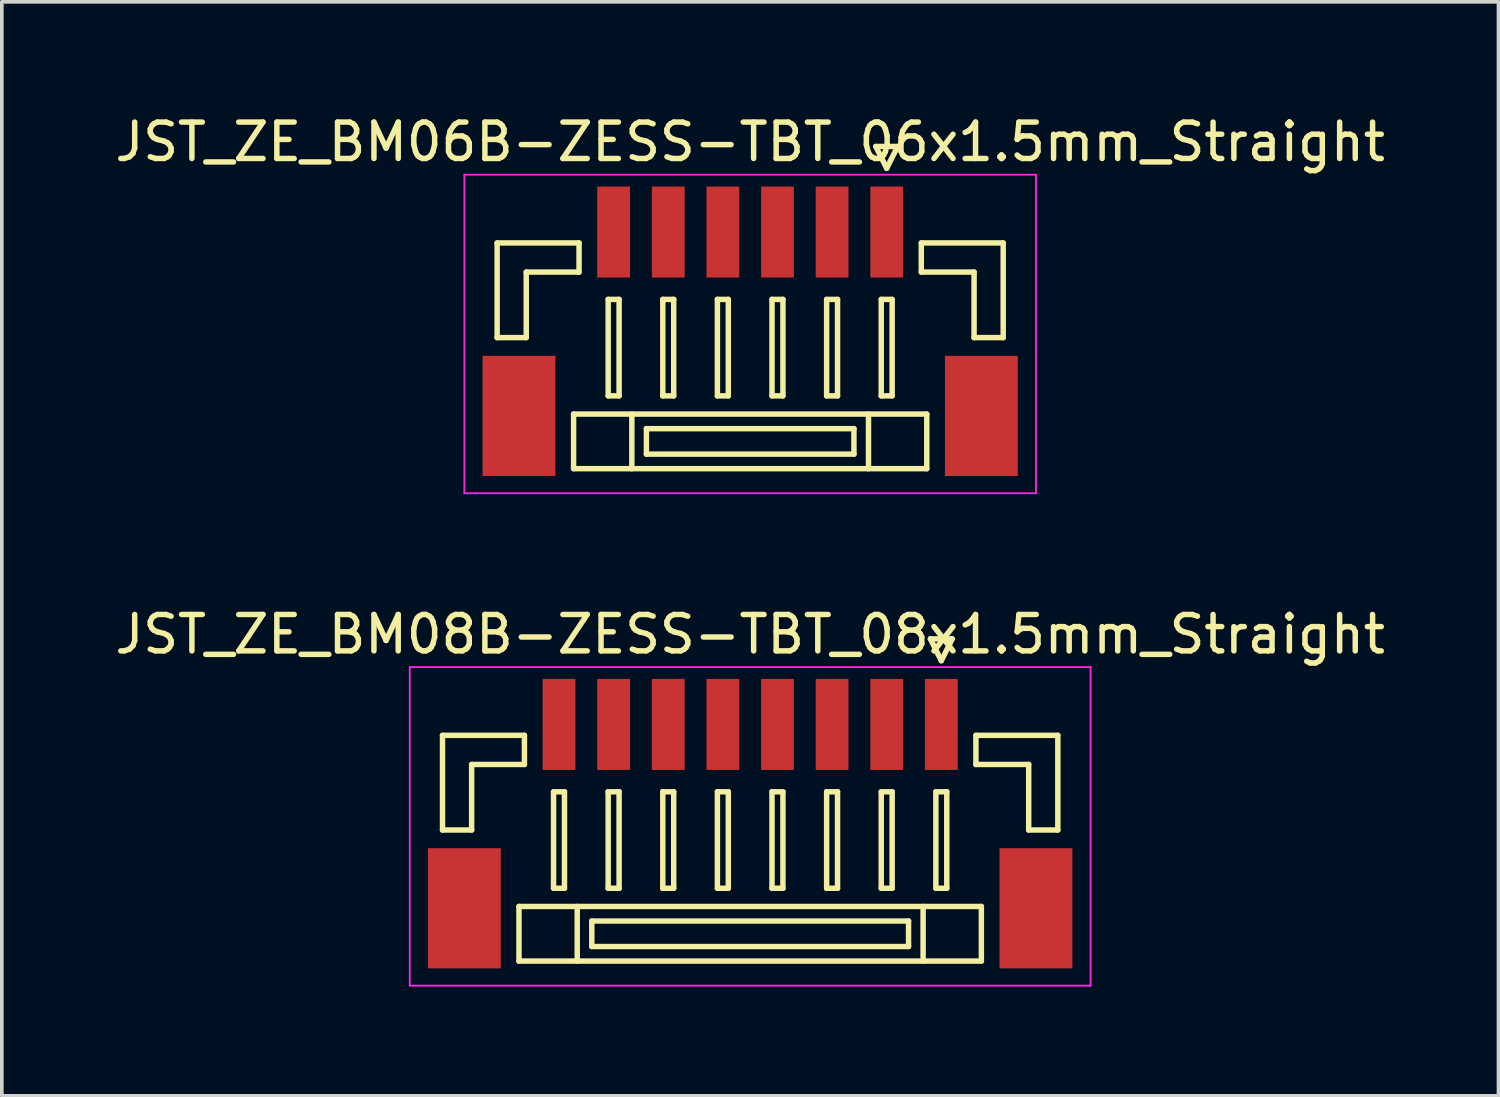
<source format=kicad_pcb>
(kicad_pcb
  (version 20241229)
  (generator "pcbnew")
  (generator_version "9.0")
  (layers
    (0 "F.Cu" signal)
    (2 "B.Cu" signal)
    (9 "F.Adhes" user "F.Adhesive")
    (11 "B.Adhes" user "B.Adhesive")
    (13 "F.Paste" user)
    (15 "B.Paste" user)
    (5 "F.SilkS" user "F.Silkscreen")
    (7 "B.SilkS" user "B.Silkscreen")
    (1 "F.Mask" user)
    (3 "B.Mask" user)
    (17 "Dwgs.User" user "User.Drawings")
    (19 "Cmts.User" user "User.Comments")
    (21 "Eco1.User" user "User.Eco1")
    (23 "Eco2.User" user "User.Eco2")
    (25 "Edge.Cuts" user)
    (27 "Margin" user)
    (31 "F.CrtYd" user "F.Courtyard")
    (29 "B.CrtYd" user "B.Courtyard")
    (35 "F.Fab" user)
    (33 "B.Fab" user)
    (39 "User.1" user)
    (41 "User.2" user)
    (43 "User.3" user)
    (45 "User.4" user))
  (footprint "JST_ZE_BM06B-ZESS-TBT_06x1.5mm_Straight"
    (layer "F.Cu")
    (at 17.554 5.848)
    (property "Reference" "JST_ZE_BM06B-ZESS-TBT_06x1.5mm_Straight" (at 0 -5 0) (layer "F.SilkS") (effects (font (size 1 1) (thickness 0.15))))
    (attr smd)
    (fp_line (start -6.95 -2.225) (end -6.95 0.375) (stroke (width 0.15) (type solid)) (layer "F.SilkS"))
    (fp_line (start -6.95 0.375) (end -6.15 0.375) (stroke (width 0.15) (type solid)) (layer "F.SilkS"))
    (fp_line (start -6.15 -1.425) (end -4.7 -1.425) (stroke (width 0.15) (type solid)) (layer "F.SilkS"))
    (fp_line (start -6.15 0.375) (end -6.15 -1.425) (stroke (width 0.15) (type solid)) (layer "F.SilkS"))
    (fp_line (start -4.85 2.475) (end -4.85 3.975) (stroke (width 0.15) (type solid)) (layer "F.SilkS"))
    (fp_line (start -4.85 3.975) (end 4.85 3.975) (stroke (width 0.15) (type solid)) (layer "F.SilkS"))
    (fp_line (start -4.7 -2.225) (end -6.95 -2.225) (stroke (width 0.15) (type solid)) (layer "F.SilkS"))
    (fp_line (start -4.7 -1.425) (end -4.7 -2.225) (stroke (width 0.15) (type solid)) (layer "F.SilkS"))
    (fp_line (start -3.9 -0.675) (end -3.9 1.975) (stroke (width 0.15) (type solid)) (layer "F.SilkS"))
    (fp_line (start -3.9 1.975) (end -3.6 1.975) (stroke (width 0.15) (type solid)) (layer "F.SilkS"))
    (fp_line (start -3.6 -0.675) (end -3.9 -0.675) (stroke (width 0.15) (type solid)) (layer "F.SilkS"))
    (fp_line (start -3.6 1.975) (end -3.6 -0.675) (stroke (width 0.15) (type solid)) (layer "F.SilkS"))
    (fp_line (start -3.25 2.475) (end -3.25 3.975) (stroke (width 0.15) (type solid)) (layer "F.SilkS"))
    (fp_line (start -2.85 2.875) (end -2.85 3.575) (stroke (width 0.15) (type solid)) (layer "F.SilkS"))
    (fp_line (start -2.85 3.575) (end 2.85 3.575) (stroke (width 0.15) (type solid)) (layer "F.SilkS"))
    (fp_line (start -2.4 -0.675) (end -2.4 1.975) (stroke (width 0.15) (type solid)) (layer "F.SilkS"))
    (fp_line (start -2.4 1.975) (end -2.1 1.975) (stroke (width 0.15) (type solid)) (layer "F.SilkS"))
    (fp_line (start -2.1 -0.675) (end -2.4 -0.675) (stroke (width 0.15) (type solid)) (layer "F.SilkS"))
    (fp_line (start -2.1 1.975) (end -2.1 -0.675) (stroke (width 0.15) (type solid)) (layer "F.SilkS"))
    (fp_line (start -0.9 -0.675) (end -0.9 1.975) (stroke (width 0.15) (type solid)) (layer "F.SilkS"))
    (fp_line (start -0.9 1.975) (end -0.6 1.975) (stroke (width 0.15) (type solid)) (layer "F.SilkS"))
    (fp_line (start -0.6 -0.675) (end -0.9 -0.675) (stroke (width 0.15) (type solid)) (layer "F.SilkS"))
    (fp_line (start -0.6 1.975) (end -0.6 -0.675) (stroke (width 0.15) (type solid)) (layer "F.SilkS"))
    (fp_line (start 0.6 -0.675) (end 0.6 1.975) (stroke (width 0.15) (type solid)) (layer "F.SilkS"))
    (fp_line (start 0.6 1.975) (end 0.9 1.975) (stroke (width 0.15) (type solid)) (layer "F.SilkS"))
    (fp_line (start 0.9 -0.675) (end 0.6 -0.675) (stroke (width 0.15) (type solid)) (layer "F.SilkS"))
    (fp_line (start 0.9 1.975) (end 0.9 -0.675) (stroke (width 0.15) (type solid)) (layer "F.SilkS"))
    (fp_line (start 2.1 -0.675) (end 2.1 1.975) (stroke (width 0.15) (type solid)) (layer "F.SilkS"))
    (fp_line (start 2.1 1.975) (end 2.4 1.975) (stroke (width 0.15) (type solid)) (layer "F.SilkS"))
    (fp_line (start 2.4 -0.675) (end 2.1 -0.675) (stroke (width 0.15) (type solid)) (layer "F.SilkS"))
    (fp_line (start 2.4 1.975) (end 2.4 -0.675) (stroke (width 0.15) (type solid)) (layer "F.SilkS"))
    (fp_line (start 2.85 2.875) (end -2.85 2.875) (stroke (width 0.15) (type solid)) (layer "F.SilkS"))
    (fp_line (start 2.85 3.575) (end 2.85 2.875) (stroke (width 0.15) (type solid)) (layer "F.SilkS"))
    (fp_line (start 3.25 2.475) (end 3.25 3.975) (stroke (width 0.15) (type solid)) (layer "F.SilkS"))
    (fp_line (start 3.45 -4.875) (end 3.75 -4.275) (stroke (width 0.15) (type solid)) (layer "F.SilkS"))
    (fp_line (start 3.6 -0.675) (end 3.6 1.975) (stroke (width 0.15) (type solid)) (layer "F.SilkS"))
    (fp_line (start 3.6 1.975) (end 3.9 1.975) (stroke (width 0.15) (type solid)) (layer "F.SilkS"))
    (fp_line (start 3.75 -4.275) (end 4.05 -4.875) (stroke (width 0.15) (type solid)) (layer "F.SilkS"))
    (fp_line (start 3.9 -0.675) (end 3.6 -0.675) (stroke (width 0.15) (type solid)) (layer "F.SilkS"))
    (fp_line (start 3.9 1.975) (end 3.9 -0.675) (stroke (width 0.15) (type solid)) (layer "F.SilkS"))
    (fp_line (start 4.05 -4.875) (end 3.45 -4.875) (stroke (width 0.15) (type solid)) (layer "F.SilkS"))
    (fp_line (start 4.7 -2.225) (end 6.95 -2.225) (stroke (width 0.15) (type solid)) (layer "F.SilkS"))
    (fp_line (start 4.7 -1.425) (end 4.7 -2.225) (stroke (width 0.15) (type solid)) (layer "F.SilkS"))
    (fp_line (start 4.85 2.475) (end -4.85 2.475) (stroke (width 0.15) (type solid)) (layer "F.SilkS"))
    (fp_line (start 4.85 3.975) (end 4.85 2.475) (stroke (width 0.15) (type solid)) (layer "F.SilkS"))
    (fp_line (start 6.15 -1.425) (end 4.7 -1.425) (stroke (width 0.15) (type solid)) (layer "F.SilkS"))
    (fp_line (start 6.15 0.375) (end 6.15 -1.425) (stroke (width 0.15) (type solid)) (layer "F.SilkS"))
    (fp_line (start 6.95 -2.225) (end 6.95 0.375) (stroke (width 0.15) (type solid)) (layer "F.SilkS"))
    (fp_line (start 6.95 0.375) (end 6.15 0.375) (stroke (width 0.15) (type solid)) (layer "F.SilkS"))
    (fp_line (start -7.85 -4.1) (end -7.85 4.65) (stroke (width 0.05) (type solid)) (layer "F.CrtYd"))
    (fp_line (start -7.85 4.65) (end 7.85 4.65) (stroke (width 0.05) (type solid)) (layer "F.CrtYd"))
    (fp_line (start 7.85 -4.1) (end -7.85 -4.1) (stroke (width 0.05) (type solid)) (layer "F.CrtYd"))
    (fp_line (start 7.85 4.65) (end 7.85 -4.1) (stroke (width 0.05) (type solid)) (layer "F.CrtYd"))
    (pad "" smd rect (at -6.35 2.525) (size 2 3.3) (layers "F.Cu" "F.Mask" "F.Paste"))
    (pad "" smd rect (at 6.35 2.525) (size 2 3.3) (layers "F.Cu" "F.Mask" "F.Paste"))
    (pad "1" smd rect (at 3.75 -2.525) (size 0.9 2.5) (layers "F.Cu" "F.Mask" "F.Paste"))
    (pad "2" smd rect (at 2.25 -2.525) (size 0.9 2.5) (layers "F.Cu" "F.Mask" "F.Paste"))
    (pad "3" smd rect (at 0.75 -2.525) (size 0.9 2.5) (layers "F.Cu" "F.Mask" "F.Paste"))
    (pad "4" smd rect (at -0.75 -2.525) (size 0.9 2.5) (layers "F.Cu" "F.Mask" "F.Paste"))
    (pad "5" smd rect (at -2.25 -2.525) (size 0.9 2.5) (layers "F.Cu" "F.Mask" "F.Paste"))
    (pad "6" smd rect (at -3.75 -2.525) (size 0.9 2.5) (layers "F.Cu" "F.Mask" "F.Paste")))
  (footprint "JST_ZE_BM08B-ZESS-TBT_08x1.5mm_Straight"
    (layer "F.Cu")
    (at 17.554 19.372)
    (property "Reference" "JST_ZE_BM08B-ZESS-TBT_08x1.5mm_Straight" (at 0 -5 0) (layer "F.SilkS") (effects (font (size 1 1) (thickness 0.15))))
    (attr smd)
    (fp_line (start -8.45 -2.225) (end -8.45 0.375) (stroke (width 0.15) (type solid)) (layer "F.SilkS"))
    (fp_line (start -8.45 0.375) (end -7.65 0.375) (stroke (width 0.15) (type solid)) (layer "F.SilkS"))
    (fp_line (start -7.65 -1.425) (end -6.2 -1.425) (stroke (width 0.15) (type solid)) (layer "F.SilkS"))
    (fp_line (start -7.65 0.375) (end -7.65 -1.425) (stroke (width 0.15) (type solid)) (layer "F.SilkS"))
    (fp_line (start -6.35 2.475) (end -6.35 3.975) (stroke (width 0.15) (type solid)) (layer "F.SilkS"))
    (fp_line (start -6.35 3.975) (end 6.35 3.975) (stroke (width 0.15) (type solid)) (layer "F.SilkS"))
    (fp_line (start -6.2 -2.225) (end -8.45 -2.225) (stroke (width 0.15) (type solid)) (layer "F.SilkS"))
    (fp_line (start -6.2 -1.425) (end -6.2 -2.225) (stroke (width 0.15) (type solid)) (layer "F.SilkS"))
    (fp_line (start -5.4 -0.675) (end -5.4 1.975) (stroke (width 0.15) (type solid)) (layer "F.SilkS"))
    (fp_line (start -5.4 1.975) (end -5.1 1.975) (stroke (width 0.15) (type solid)) (layer "F.SilkS"))
    (fp_line (start -5.1 -0.675) (end -5.4 -0.675) (stroke (width 0.15) (type solid)) (layer "F.SilkS"))
    (fp_line (start -5.1 1.975) (end -5.1 -0.675) (stroke (width 0.15) (type solid)) (layer "F.SilkS"))
    (fp_line (start -4.75 2.475) (end -4.75 3.975) (stroke (width 0.15) (type solid)) (layer "F.SilkS"))
    (fp_line (start -4.35 2.875) (end -4.35 3.575) (stroke (width 0.15) (type solid)) (layer "F.SilkS"))
    (fp_line (start -4.35 3.575) (end 4.35 3.575) (stroke (width 0.15) (type solid)) (layer "F.SilkS"))
    (fp_line (start -3.9 -0.675) (end -3.9 1.975) (stroke (width 0.15) (type solid)) (layer "F.SilkS"))
    (fp_line (start -3.9 1.975) (end -3.6 1.975) (stroke (width 0.15) (type solid)) (layer "F.SilkS"))
    (fp_line (start -3.6 -0.675) (end -3.9 -0.675) (stroke (width 0.15) (type solid)) (layer "F.SilkS"))
    (fp_line (start -3.6 1.975) (end -3.6 -0.675) (stroke (width 0.15) (type solid)) (layer "F.SilkS"))
    (fp_line (start -2.4 -0.675) (end -2.4 1.975) (stroke (width 0.15) (type solid)) (layer "F.SilkS"))
    (fp_line (start -2.4 1.975) (end -2.1 1.975) (stroke (width 0.15) (type solid)) (layer "F.SilkS"))
    (fp_line (start -2.1 -0.675) (end -2.4 -0.675) (stroke (width 0.15) (type solid)) (layer "F.SilkS"))
    (fp_line (start -2.1 1.975) (end -2.1 -0.675) (stroke (width 0.15) (type solid)) (layer "F.SilkS"))
    (fp_line (start -0.9 -0.675) (end -0.9 1.975) (stroke (width 0.15) (type solid)) (layer "F.SilkS"))
    (fp_line (start -0.9 1.975) (end -0.6 1.975) (stroke (width 0.15) (type solid)) (layer "F.SilkS"))
    (fp_line (start -0.6 -0.675) (end -0.9 -0.675) (stroke (width 0.15) (type solid)) (layer "F.SilkS"))
    (fp_line (start -0.6 1.975) (end -0.6 -0.675) (stroke (width 0.15) (type solid)) (layer "F.SilkS"))
    (fp_line (start 0.6 -0.675) (end 0.6 1.975) (stroke (width 0.15) (type solid)) (layer "F.SilkS"))
    (fp_line (start 0.6 1.975) (end 0.9 1.975) (stroke (width 0.15) (type solid)) (layer "F.SilkS"))
    (fp_line (start 0.9 -0.675) (end 0.6 -0.675) (stroke (width 0.15) (type solid)) (layer "F.SilkS"))
    (fp_line (start 0.9 1.975) (end 0.9 -0.675) (stroke (width 0.15) (type solid)) (layer "F.SilkS"))
    (fp_line (start 2.1 -0.675) (end 2.1 1.975) (stroke (width 0.15) (type solid)) (layer "F.SilkS"))
    (fp_line (start 2.1 1.975) (end 2.4 1.975) (stroke (width 0.15) (type solid)) (layer "F.SilkS"))
    (fp_line (start 2.4 -0.675) (end 2.1 -0.675) (stroke (width 0.15) (type solid)) (layer "F.SilkS"))
    (fp_line (start 2.4 1.975) (end 2.4 -0.675) (stroke (width 0.15) (type solid)) (layer "F.SilkS"))
    (fp_line (start 3.6 -0.675) (end 3.6 1.975) (stroke (width 0.15) (type solid)) (layer "F.SilkS"))
    (fp_line (start 3.6 1.975) (end 3.9 1.975) (stroke (width 0.15) (type solid)) (layer "F.SilkS"))
    (fp_line (start 3.9 -0.675) (end 3.6 -0.675) (stroke (width 0.15) (type solid)) (layer "F.SilkS"))
    (fp_line (start 3.9 1.975) (end 3.9 -0.675) (stroke (width 0.15) (type solid)) (layer "F.SilkS"))
    (fp_line (start 4.35 2.875) (end -4.35 2.875) (stroke (width 0.15) (type solid)) (layer "F.SilkS"))
    (fp_line (start 4.35 3.575) (end 4.35 2.875) (stroke (width 0.15) (type solid)) (layer "F.SilkS"))
    (fp_line (start 4.75 2.475) (end 4.75 3.975) (stroke (width 0.15) (type solid)) (layer "F.SilkS"))
    (fp_line (start 4.95 -4.875) (end 5.25 -4.275) (stroke (width 0.15) (type solid)) (layer "F.SilkS"))
    (fp_line (start 5.1 -0.675) (end 5.1 1.975) (stroke (width 0.15) (type solid)) (layer "F.SilkS"))
    (fp_line (start 5.1 1.975) (end 5.4 1.975) (stroke (width 0.15) (type solid)) (layer "F.SilkS"))
    (fp_line (start 5.25 -4.275) (end 5.55 -4.875) (stroke (width 0.15) (type solid)) (layer "F.SilkS"))
    (fp_line (start 5.4 -0.675) (end 5.1 -0.675) (stroke (width 0.15) (type solid)) (layer "F.SilkS"))
    (fp_line (start 5.4 1.975) (end 5.4 -0.675) (stroke (width 0.15) (type solid)) (layer "F.SilkS"))
    (fp_line (start 5.55 -4.875) (end 4.95 -4.875) (stroke (width 0.15) (type solid)) (layer "F.SilkS"))
    (fp_line (start 6.2 -2.225) (end 8.45 -2.225) (stroke (width 0.15) (type solid)) (layer "F.SilkS"))
    (fp_line (start 6.2 -1.425) (end 6.2 -2.225) (stroke (width 0.15) (type solid)) (layer "F.SilkS"))
    (fp_line (start 6.35 2.475) (end -6.35 2.475) (stroke (width 0.15) (type solid)) (layer "F.SilkS"))
    (fp_line (start 6.35 3.975) (end 6.35 2.475) (stroke (width 0.15) (type solid)) (layer "F.SilkS"))
    (fp_line (start 7.65 -1.425) (end 6.2 -1.425) (stroke (width 0.15) (type solid)) (layer "F.SilkS"))
    (fp_line (start 7.65 0.375) (end 7.65 -1.425) (stroke (width 0.15) (type solid)) (layer "F.SilkS"))
    (fp_line (start 8.45 -2.225) (end 8.45 0.375) (stroke (width 0.15) (type solid)) (layer "F.SilkS"))
    (fp_line (start 8.45 0.375) (end 7.65 0.375) (stroke (width 0.15) (type solid)) (layer "F.SilkS"))
    (fp_line (start -9.35 -4.1) (end -9.35 4.65) (stroke (width 0.05) (type solid)) (layer "F.CrtYd"))
    (fp_line (start -9.35 4.65) (end 9.35 4.65) (stroke (width 0.05) (type solid)) (layer "F.CrtYd"))
    (fp_line (start 9.35 -4.1) (end -9.35 -4.1) (stroke (width 0.05) (type solid)) (layer "F.CrtYd"))
    (fp_line (start 9.35 4.65) (end 9.35 -4.1) (stroke (width 0.05) (type solid)) (layer "F.CrtYd"))
    (pad "" smd rect (at -7.85 2.525) (size 2 3.3) (layers "F.Cu" "F.Mask" "F.Paste"))
    (pad "" smd rect (at 7.85 2.525) (size 2 3.3) (layers "F.Cu" "F.Mask" "F.Paste"))
    (pad "1" smd rect (at 5.25 -2.525) (size 0.9 2.5) (layers "F.Cu" "F.Mask" "F.Paste"))
    (pad "2" smd rect (at 3.75 -2.525) (size 0.9 2.5) (layers "F.Cu" "F.Mask" "F.Paste"))
    (pad "3" smd rect (at 2.25 -2.525) (size 0.9 2.5) (layers "F.Cu" "F.Mask" "F.Paste"))
    (pad "4" smd rect (at 0.75 -2.525) (size 0.9 2.5) (layers "F.Cu" "F.Mask" "F.Paste"))
    (pad "5" smd rect (at -0.75 -2.525) (size 0.9 2.5) (layers "F.Cu" "F.Mask" "F.Paste"))
    (pad "6" smd rect (at -2.25 -2.525) (size 0.9 2.5) (layers "F.Cu" "F.Mask" "F.Paste"))
    (pad "7" smd rect (at -3.75 -2.525) (size 0.9 2.5) (layers "F.Cu" "F.Mask" "F.Paste"))
    (pad "8" smd rect (at -5.25 -2.525) (size 0.9 2.5) (layers "F.Cu" "F.Mask" "F.Paste")))
  (gr_rect
    (start -3 -3)
    (end 38.107 27.047)
    (stroke (width 0.1) (type default))
    (fill no)
    (layer "Edge.Cuts")))
</source>
